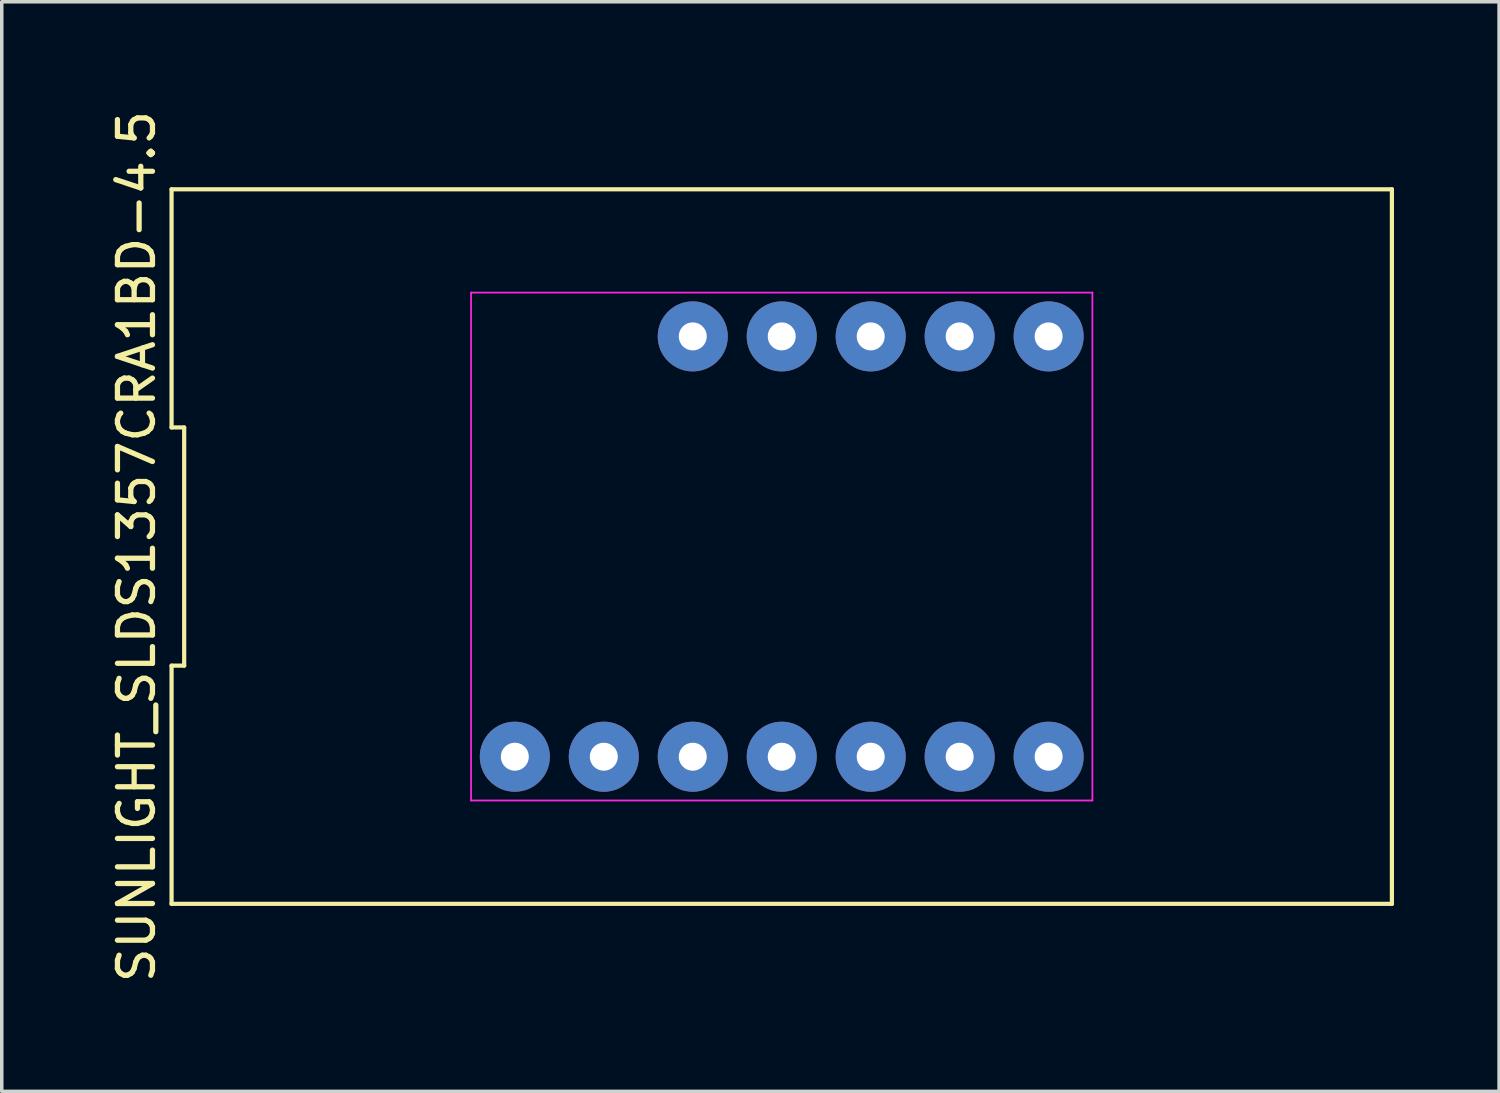
<source format=kicad_pcb>
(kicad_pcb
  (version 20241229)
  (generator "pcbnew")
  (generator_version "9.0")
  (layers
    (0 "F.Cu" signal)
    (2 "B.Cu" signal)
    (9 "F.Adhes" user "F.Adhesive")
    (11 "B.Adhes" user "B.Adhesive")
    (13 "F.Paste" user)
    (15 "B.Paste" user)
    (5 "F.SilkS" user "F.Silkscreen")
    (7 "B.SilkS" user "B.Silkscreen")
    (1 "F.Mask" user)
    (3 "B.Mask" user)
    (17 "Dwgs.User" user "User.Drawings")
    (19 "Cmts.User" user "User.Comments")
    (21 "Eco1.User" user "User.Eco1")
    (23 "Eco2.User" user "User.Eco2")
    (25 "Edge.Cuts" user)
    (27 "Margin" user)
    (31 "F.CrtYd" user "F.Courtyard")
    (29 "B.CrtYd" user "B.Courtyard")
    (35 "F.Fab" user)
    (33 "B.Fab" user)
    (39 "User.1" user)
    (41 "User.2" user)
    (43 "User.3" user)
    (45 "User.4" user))
  (footprint "SUNLIGHT_SLDS1357CRA1BD-4.5"
    (layer "F.Cu")
    (at 19.268 12.554)
    (property "Reference" "SUNLIGHT_SLDS1357CRA1BD-4.5" (at -18.42 0 90) (layer "F.SilkS") (effects (font (size 1 1) (thickness 0.15))))
    (attr through_hole)
    (fp_line (start -17.42 -10.2) (end -17.42 -3.4) (stroke (width 0.12) (type solid)) (layer "F.SilkS"))
    (fp_line (start -17.42 -3.4) (end -17.06 -3.4) (stroke (width 0.12) (type solid)) (layer "F.SilkS"))
    (fp_line (start -17.42 3.4) (end -17.42 10.2) (stroke (width 0.12) (type solid)) (layer "F.SilkS"))
    (fp_line (start -17.42 10.2) (end 17.42 10.2) (stroke (width 0.12) (type solid)) (layer "F.SilkS"))
    (fp_line (start -17.06 -3.4) (end -17.06 3.4) (stroke (width 0.12) (type solid)) (layer "F.SilkS"))
    (fp_line (start -17.06 3.4) (end -17.42 3.4) (stroke (width 0.12) (type solid)) (layer "F.SilkS"))
    (fp_line (start 17.42 -10.2) (end -17.42 -10.2) (stroke (width 0.12) (type solid)) (layer "F.SilkS"))
    (fp_line (start 17.42 10.2) (end 17.42 -10.2) (stroke (width 0.12) (type solid)) (layer "F.SilkS"))
    (fp_line (start -8.87 -7.25) (end 8.87 -7.25) (stroke (width 0.05) (type solid)) (layer "F.CrtYd"))
    (fp_line (start -8.87 7.25) (end -8.87 -7.25) (stroke (width 0.05) (type solid)) (layer "F.CrtYd"))
    (fp_line (start 8.87 -7.25) (end 8.87 7.25) (stroke (width 0.05) (type solid)) (layer "F.CrtYd"))
    (fp_line (start 8.87 7.25) (end -8.87 7.25) (stroke (width 0.05) (type solid)) (layer "F.CrtYd"))
    (pad "1" thru_hole circle (at -7.62 6) (size 2 2) (drill 0.8) (layers "*.Cu" "*.Mask"))
    (pad "2" thru_hole circle (at -5.08 6) (size 2 2) (drill 0.8) (layers "*.Cu" "*.Mask"))
    (pad "3" thru_hole circle (at -2.54 6) (size 2 2) (drill 0.8) (layers "*.Cu" "*.Mask"))
    (pad "4" thru_hole circle (at 0 6) (size 2 2) (drill 0.8) (layers "*.Cu" "*.Mask"))
    (pad "5" thru_hole circle (at 2.54 6) (size 2 2) (drill 0.8) (layers "*.Cu" "*.Mask"))
    (pad "6" thru_hole circle (at 5.08 6) (size 2 2) (drill 0.8) (layers "*.Cu" "*.Mask"))
    (pad "7" thru_hole circle (at 7.62 6) (size 2 2) (drill 0.8) (layers "*.Cu" "*.Mask"))
    (pad "8" thru_hole circle (at 7.62 -6) (size 2 2) (drill 0.8) (layers "*.Cu" "*.Mask"))
    (pad "9" thru_hole circle (at 5.08 -6) (size 2 2) (drill 0.8) (layers "*.Cu" "*.Mask"))
    (pad "10" thru_hole circle (at 2.54 -6) (size 2 2) (drill 0.8) (layers "*.Cu" "*.Mask"))
    (pad "11" thru_hole circle (at 0 -6) (size 2 2) (drill 0.8) (layers "*.Cu" "*.Mask"))
    (pad "12" thru_hole circle (at -2.54 -6) (size 2 2) (drill 0.8) (layers "*.Cu" "*.Mask")))
  (gr_rect
    (start -3 -3)
    (end 39.748 28.107)
    (stroke (width 0.1) (type default))
    (fill no)
    (layer "Edge.Cuts")))
</source>
